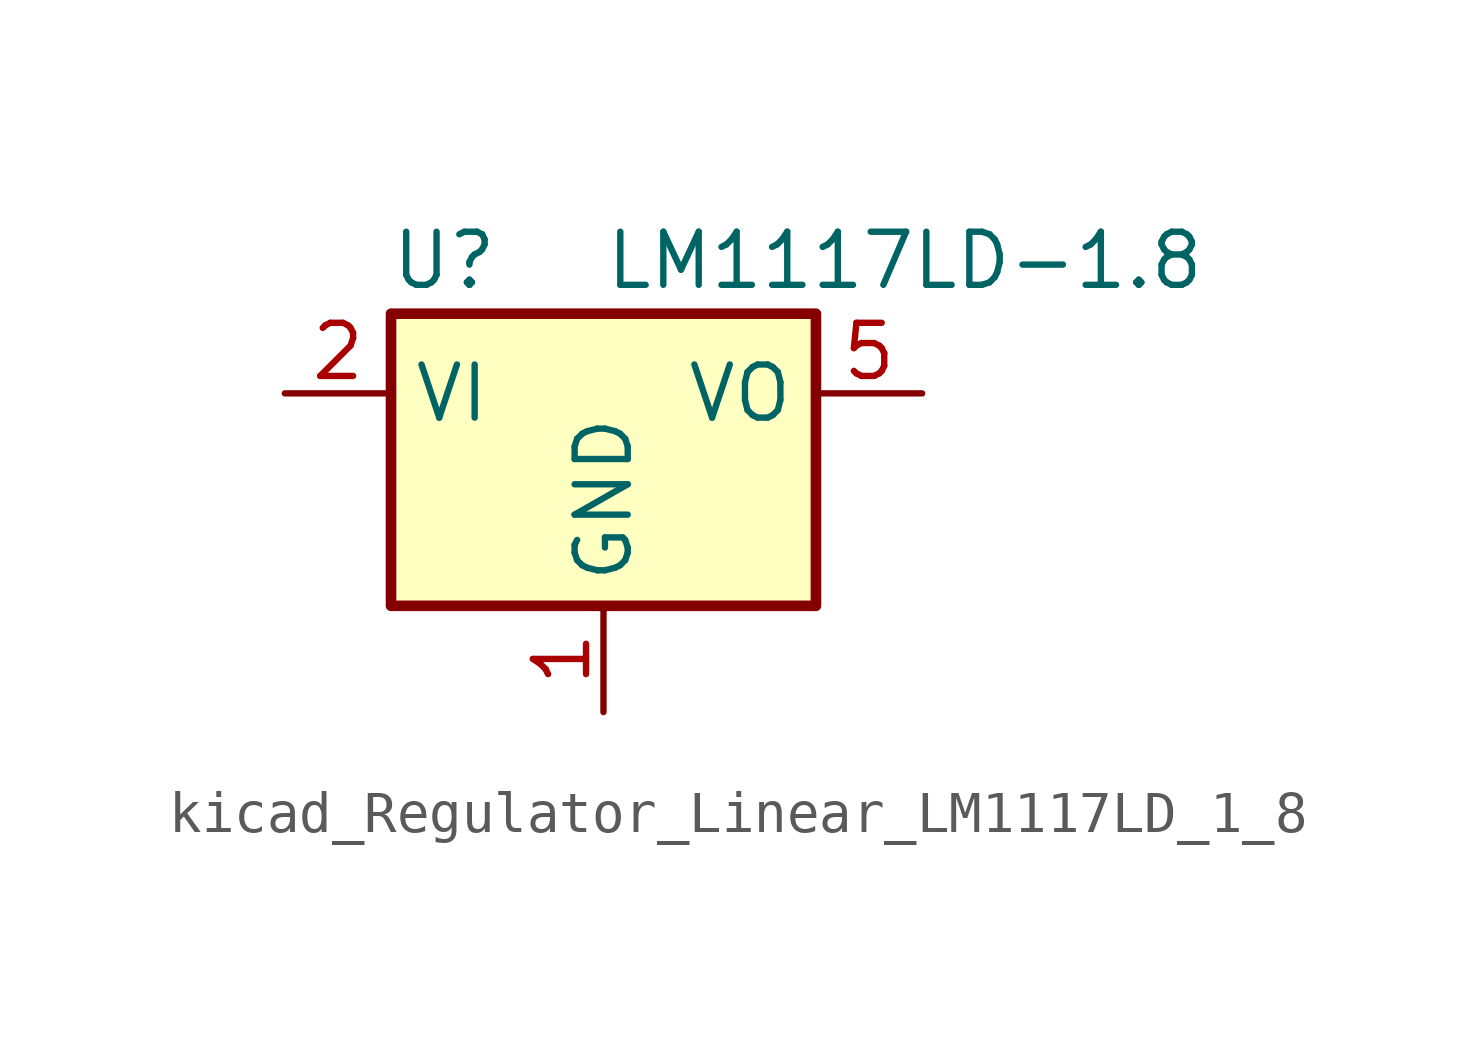
<source format=kicad_sym>
(kicad_symbol_lib
  (version 20220914)
  (generator kicad_symbol_editor)
  (symbol "kicad_Regulator_Linear_LM1117LD_1_8"
    (property "Reference" "U"
      (at -3.81 3.175 0)
      (effects (font (size 1.27 1.27))))
    (property "Value" "LM1117LD-1.8"
      (at 0 3.175 0)
      (effects (font (size 1.27 1.27)) (justify left)))
    (symbol "kicad_Regulator_Linear_LM1117LD_1_8_0_1"
      (rectangle (start -5.08 -5.08) (end 5.08 1.905) (stroke (width 0.254) (type default)) (fill (type background))))
    (symbol "kicad_Regulator_Linear_LM1117LD_1_8_1_1"
      (pin power_in line (at 0 -7.62 90) (length 2.54) (name "GND" (effects (font (size 1.27 1.27)))) (number "1" (effects (font (size 1.27 1.27)))))
      (pin power_in line (at -7.62 0 0) (length 2.54) (name "VI" (effects (font (size 1.27 1.27)))) (number "2" (effects (font (size 1.27 1.27)))))
      (pin passive line (at -7.62 0 0) (length 2.54) hide (name "VI" (effects (font (size 1.27 1.27)))) (number "3" (effects (font (size 1.27 1.27)))))
      (pin passive line (at -7.62 0 0) (length 2.54) hide (name "VI" (effects (font (size 1.27 1.27)))) (number "4" (effects (font (size 1.27 1.27)))))
      (pin power_out line (at 7.62 0 180) (length 2.54) (name "VO" (effects (font (size 1.27 1.27)))) (number "5" (effects (font (size 1.27 1.27)))))
      (pin passive line (at 7.62 0 180) (length 2.54) hide (name "VO" (effects (font (size 1.27 1.27)))) (number "6" (effects (font (size 1.27 1.27)))))
      (pin passive line (at 7.62 0 180) (length 2.54) hide (name "VO" (effects (font (size 1.27 1.27)))) (number "7" (effects (font (size 1.27 1.27)))))
      (pin no_connect line (at 5.08 -2.54 180) (length 2.54) hide (name "NC" (effects (font (size 1.27 1.27)))) (number "8" (effects (font (size 1.27 1.27)))))
      (pin passive line (at 7.62 0 180) (length 2.54) hide (name "VO" (effects (font (size 1.27 1.27)))) (number "9" (effects (font (size 1.27 1.27))))))))
</source>
